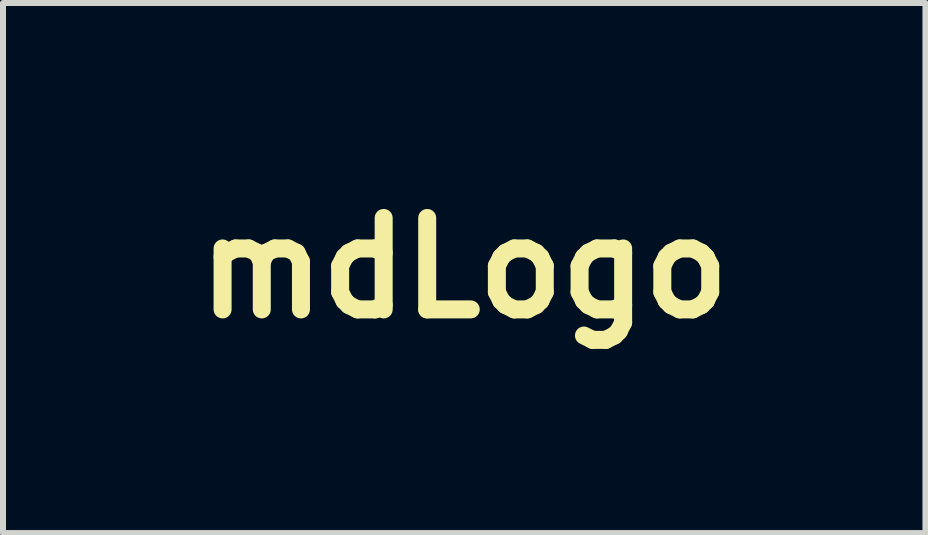
<source format=kicad_pcb>
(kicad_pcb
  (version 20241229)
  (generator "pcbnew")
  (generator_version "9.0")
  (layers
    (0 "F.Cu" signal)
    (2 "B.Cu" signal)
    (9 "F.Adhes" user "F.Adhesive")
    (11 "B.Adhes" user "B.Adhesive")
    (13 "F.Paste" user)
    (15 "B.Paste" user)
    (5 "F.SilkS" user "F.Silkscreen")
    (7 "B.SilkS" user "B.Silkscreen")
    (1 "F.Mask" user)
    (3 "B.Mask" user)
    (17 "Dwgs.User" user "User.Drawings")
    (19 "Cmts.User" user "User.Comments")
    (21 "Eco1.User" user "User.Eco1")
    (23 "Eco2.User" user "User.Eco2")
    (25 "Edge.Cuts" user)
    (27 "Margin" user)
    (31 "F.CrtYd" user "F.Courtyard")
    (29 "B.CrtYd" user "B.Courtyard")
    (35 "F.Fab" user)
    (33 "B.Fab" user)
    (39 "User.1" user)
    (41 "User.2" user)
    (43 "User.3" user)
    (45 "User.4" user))
  (footprint "mdLogo"
    (layer "F.Cu")
    (at 4.688 1.418)
    (property "Reference" "mdLogo" (at 0 0 0) (layer "F.SilkS") (effects (font (size 1.524 1.524) (thickness 0.3))))
    (attr through_hole)
    (fp_poly (pts (xy 0.739 -1.331) (xy 0.763 -1.329) (xy 0.804 -1.324) (xy 0.856 -1.317) (xy 0.916 -1.308) (xy 0.981 -1.297) (xy 1.046 -1.286) (xy 1.106 -1.275) (xy 1.138 -1.269) (xy 1.358 -1.221) (xy 1.565 -1.166) (xy 1.758 -1.104) (xy 1.938 -1.037) (xy 2.104 -0.964) (xy 2.254 -0.886) (xy 2.389 -0.803) (xy 2.508 -0.716) (xy 2.61 -0.624) (xy 2.694 -0.529) (xy 2.761 -0.431) (xy 2.809 -0.33) (xy 2.838 -0.226) (xy 2.848 -0.122) (xy 2.839 -0.019) (xy 2.814 0.08) (xy 2.771 0.178) (xy 2.709 0.277) (xy 2.708 0.28) (xy 2.674 0.322) (xy 2.628 0.372) (xy 2.573 0.427) (xy 2.514 0.482) (xy 2.455 0.533) (xy 2.4 0.577) (xy 2.382 0.591) (xy 2.232 0.688) (xy 2.065 0.779) (xy 1.88 0.864) (xy 1.681 0.943) (xy 1.467 1.015) (xy 1.242 1.079) (xy 1.005 1.136) (xy 0.759 1.184) (xy 0.505 1.224) (xy 0.245 1.254) (xy 0.244 1.254) (xy 0.181 1.26) (xy 0.106 1.266) (xy 0.025 1.272) (xy -0.059 1.277) (xy -0.141 1.282) (xy -0.217 1.286) (xy -0.284 1.289) (xy -0.336 1.29) (xy -0.353 1.29) (xy -0.406 1.29) (xy -0.406 0.999) (xy -0.251 0.992) (xy -0.027 0.977) (xy 0.19 0.953) (xy 0.401 0.921) (xy 0.603 0.88) (xy 0.797 0.832) (xy 0.98 0.777) (xy 1.152 0.715) (xy 1.312 0.647) (xy 1.459 0.573) (xy 1.593 0.493) (xy 1.711 0.408) (xy 1.814 0.319) (xy 1.9 0.225) (xy 1.968 0.128) (xy 2.018 0.027) (xy 2.038 -0.036) (xy 2.045 -0.071) (xy 2.05 -0.117) (xy 2.052 -0.165) (xy 2.052 -0.173) (xy 2.044 -0.264) (xy 2.021 -0.35) (xy 1.981 -0.433) (xy 1.924 -0.516) (xy 1.849 -0.599) (xy 1.744 -0.692) (xy 1.62 -0.778) (xy 1.478 -0.858) (xy 1.319 -0.929) (xy 1.144 -0.993) (xy 0.953 -1.049) (xy 0.823 -1.081) (xy 0.716 -1.104) (xy 0.713 -1.218) (xy 0.711 -1.331) (xy 0.739 -1.331)) (stroke (width 0.01) (type solid)) (fill yes) (layer "F.Mask"))
    (fp_poly (pts (xy 0.241 -1.377) (xy 0.302 -1.374) (xy 0.364 -1.37) (xy 0.418 -1.366) (xy 0.461 -1.363) (xy 0.467 -1.363) (xy 0.544 -1.356) (xy 0.546 -0.462) (xy 0.547 -0.329) (xy 0.547 -0.201) (xy 0.547 -0.08) (xy 0.547 0.033) (xy 0.547 0.135) (xy 0.546 0.226) (xy 0.546 0.304) (xy 0.546 0.367) (xy 0.545 0.415) (xy 0.544 0.445) (xy 0.543 0.455) (xy 0.531 0.475) (xy 0.503 0.494) (xy 0.457 0.511) (xy 0.394 0.528) (xy 0.349 0.538) (xy 0.181 0.566) (xy 0.004 0.583) (xy -0.175 0.59) (xy -0.178 0.59) (xy -0.265 0.589) (xy -0.337 0.585) (xy -0.396 0.576) (xy -0.447 0.563) (xy -0.494 0.544) (xy -0.526 0.528) (xy -0.579 0.498) (xy -0.579 1.29) (xy -0.658 1.289) (xy -0.699 1.288) (xy -0.753 1.285) (xy -0.814 1.283) (xy -0.874 1.279) (xy -0.879 1.279) (xy -1.127 1.261) (xy -1.367 1.234) (xy -1.599 1.2) (xy -1.82 1.158) (xy -2.031 1.109) (xy -2.231 1.054) (xy -2.419 0.992) (xy -2.594 0.924) (xy -2.755 0.85) (xy -2.902 0.771) (xy -3.034 0.686) (xy -3.15 0.597) (xy -3.249 0.504) (xy -3.331 0.407) (xy -3.394 0.306) (xy -3.438 0.201) (xy -3.449 0.165) (xy -3.46 0.099) (xy -3.464 0.024) (xy -3.462 -0.029) (xy -2.661 -0.029) (xy -2.657 0.044) (xy -2.646 0.113) (xy -2.633 0.156) (xy -2.588 0.253) (xy -2.522 0.347) (xy -2.438 0.436) (xy -2.336 0.521) (xy -2.217 0.6) (xy -2.081 0.674) (xy -1.928 0.742) (xy -1.76 0.804) (xy -1.621 0.847) (xy -1.552 0.865) (xy -1.476 0.884) (xy -1.396 0.902) (xy -1.316 0.918) (xy -1.241 0.932) (xy -1.173 0.943) (xy -1.117 0.951) (xy -1.079 0.954) (xy -1.036 0.955) (xy -1.036 -0.071) (xy -1.036 -0.241) (xy -1.036 -0.392) (xy -1.037 -0.524) (xy -1.037 -0.639) (xy -1.037 -0.739) (xy -1.038 -0.824) (xy -1.039 -0.894) (xy -1.04 -0.953) (xy -1.041 -0.999) (xy -1.042 -1.035) (xy -1.043 -1.062) (xy -1.045 -1.08) (xy -1.047 -1.092) (xy -1.049 -1.097) (xy -1.05 -1.097) (xy -1.08 -1.094) (xy -1.126 -1.086) (xy -1.184 -1.074) (xy -1.251 -1.058) (xy -1.325 -1.039) (xy -1.401 -1.019) (xy -1.476 -0.997) (xy -1.547 -0.975) (xy -1.568 -0.969) (xy -1.751 -0.903) (xy -1.92 -0.832) (xy -2.073 -0.755) (xy -2.211 -0.672) (xy -2.331 -0.585) (xy -2.434 -0.494) (xy -2.52 -0.399) (xy -2.586 -0.3) (xy -2.634 -0.199) (xy -2.647 -0.159) (xy -2.658 -0.1) (xy -2.661 -0.029) (xy -3.462 -0.029) (xy -3.461 -0.052) (xy -3.45 -0.12) (xy -3.448 -0.126) (xy -3.411 -0.232) (xy -3.353 -0.337) (xy -3.277 -0.439) (xy -3.183 -0.538) (xy -3.072 -0.633) (xy -2.945 -0.725) (xy -2.801 -0.813) (xy -2.643 -0.896) (xy -2.471 -0.975) (xy -2.285 -1.047) (xy -2.087 -1.114) (xy -1.877 -1.175) (xy -1.655 -1.229) (xy -1.424 -1.275) (xy -1.311 -1.295) (xy -1.217 -1.309) (xy -1.112 -1.324) (xy -1.001 -1.337) (xy -0.891 -1.35) (xy -0.788 -1.36) (xy -0.698 -1.367) (xy -0.693 -1.367) (xy -0.589 -1.374) (xy -0.589 -0.723) (xy -0.589 -0.585) (xy -0.589 -0.465) (xy -0.589 -0.362) (xy -0.588 -0.275) (xy -0.587 -0.202) (xy -0.585 -0.142) (xy -0.583 -0.093) (xy -0.58 -0.052) (xy -0.576 -0.02) (xy -0.572 0.006) (xy -0.566 0.028) (xy -0.56 0.046) (xy -0.552 0.063) (xy -0.548 0.072) (xy -0.515 0.119) (xy -0.468 0.161) (xy -0.413 0.193) (xy -0.395 0.199) (xy -0.369 0.207) (xy -0.341 0.212) (xy -0.307 0.215) (xy -0.261 0.217) (xy -0.201 0.217) (xy -0.188 0.217) (xy -0.128 0.215) (xy -0.07 0.212) (xy -0.02 0.208) (xy 0.018 0.203) (xy 0.025 0.201) (xy 0.086 0.188) (xy 0.092 -1.385) (xy 0.241 -1.377)) (stroke (width 0.01) (type solid)) (fill yes) (layer "F.Mask")))
  (gr_rect
    (start -3 -3)
    (end 12.376 5.836)
    (stroke (width 0.1) (type default))
    (fill no)
    (layer "Edge.Cuts")))
</source>
